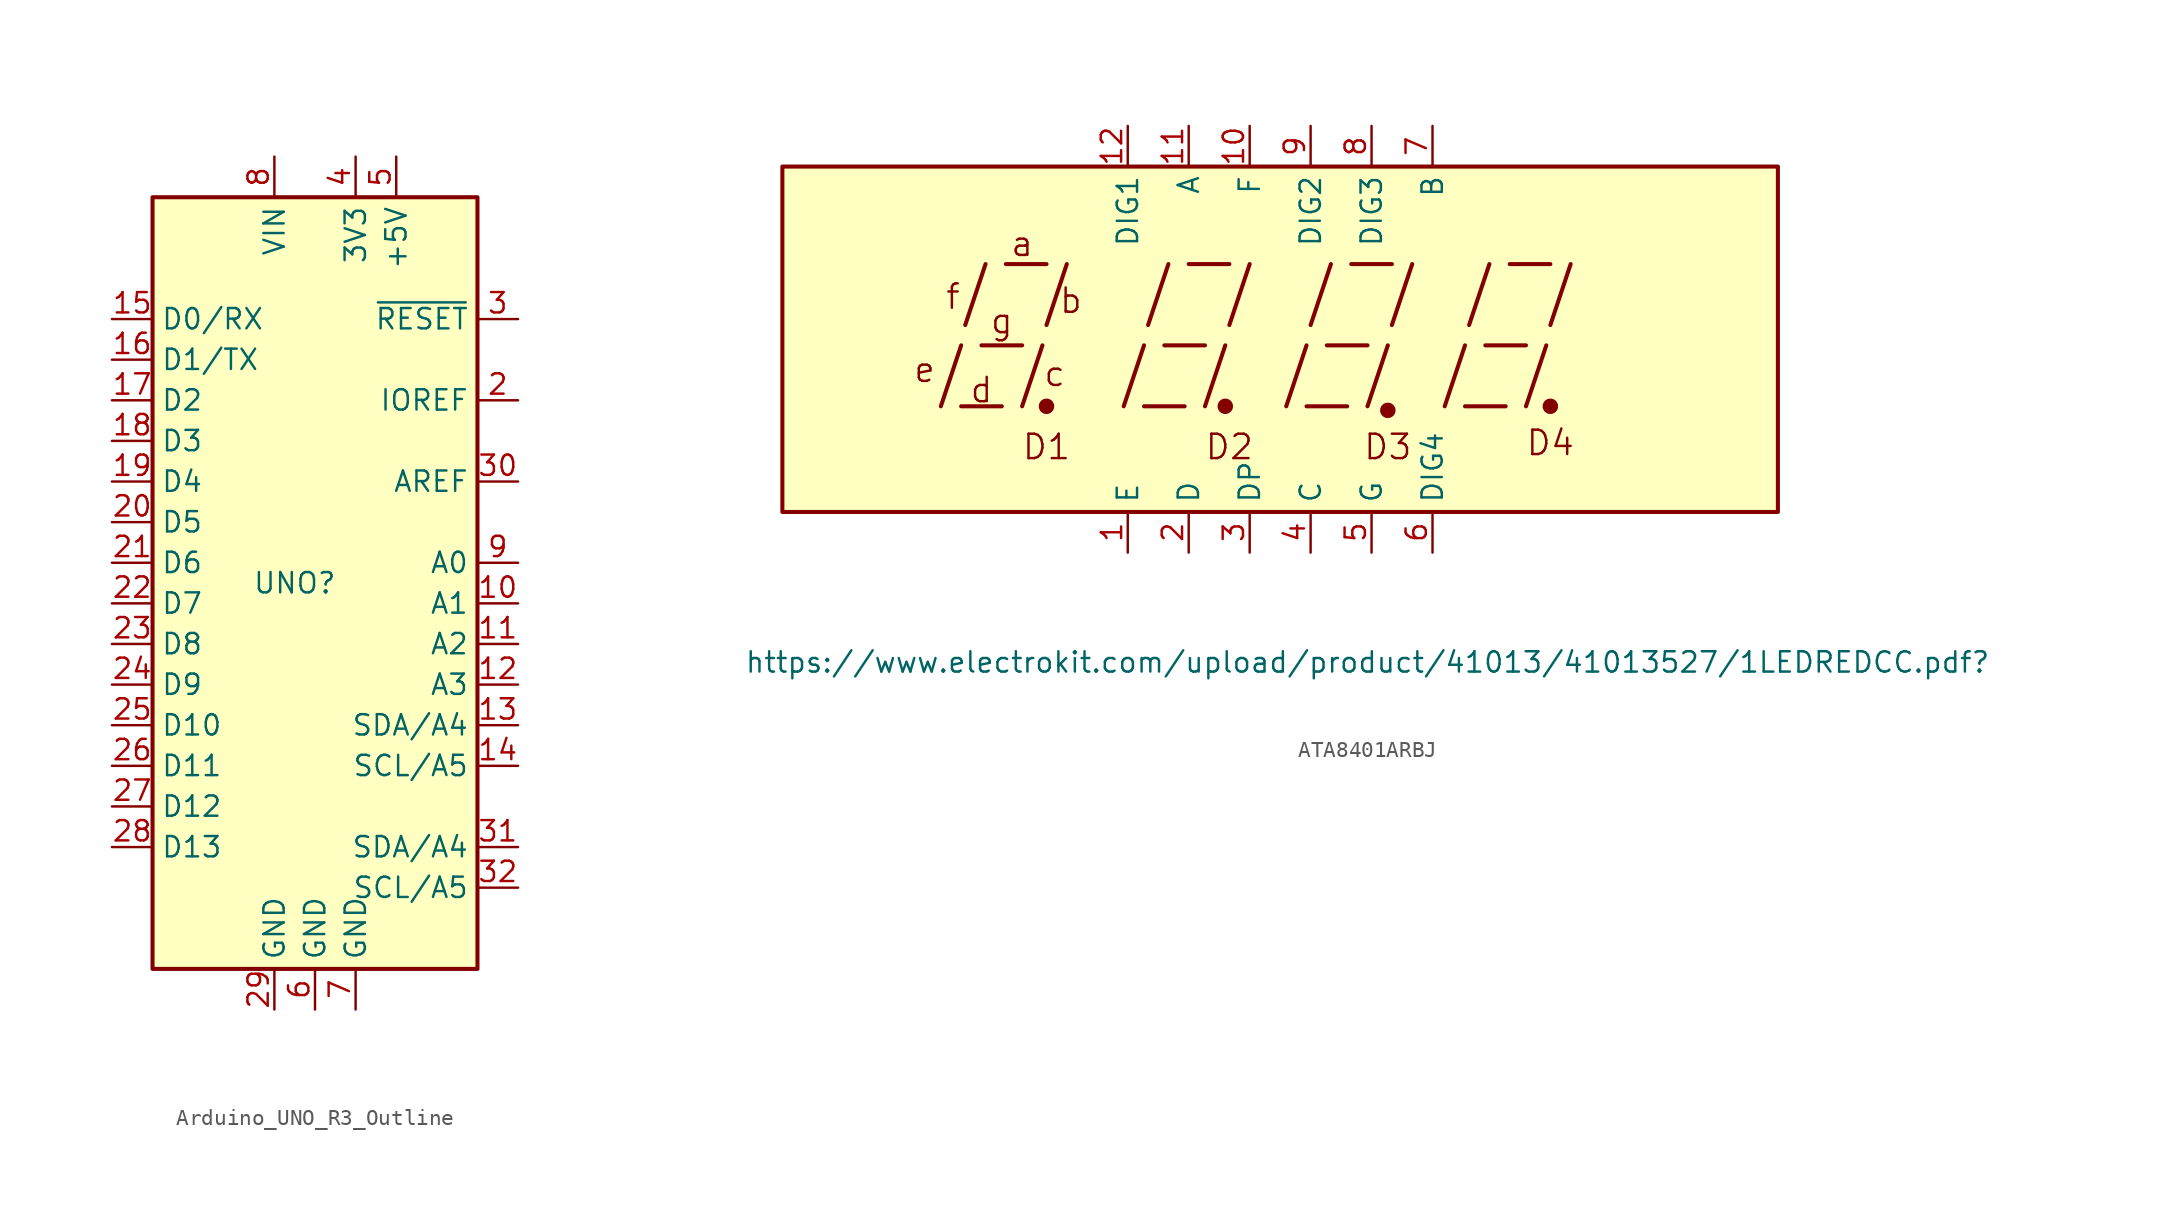
<source format=kicad_sym>
(kicad_symbol_lib
  (version 20231120)
  (generator "kicad_symbol_editor")
  (generator_version "8.0")
  (symbol "Arduino_UNO_R3_Outline"
    (property "Reference" "UNO"
      (at 0 0 0)
      (effects (font (size 1.27 1.27))))
    (property "Value" ""
      (at -1.27 -1.27 0)
      (effects (font (size 1.27 1.27))))
    (symbol "Arduino_UNO_R3_Outline_0_1"
      (rectangle (start -8.89 24.13) (end 11.43 -24.13) (stroke (width 0.254) (type default)) (fill (type background))))
    (symbol "Arduino_UNO_R3_Outline_1_1"
      (pin no_connect line (at -8.89 -19.05 0) (length 2.54) hide (name "NC" (effects (font (size 1.27 1.27)))) (number "1" (effects (font (size 1.27 1.27)))))
      (pin bidirectional line (at 13.97 -1.27 180) (length 2.54) (name "A1" (effects (font (size 1.27 1.27)))) (number "10" (effects (font (size 1.27 1.27)))))
      (pin bidirectional line (at 13.97 -3.81 180) (length 2.54) (name "A2" (effects (font (size 1.27 1.27)))) (number "11" (effects (font (size 1.27 1.27)))))
      (pin bidirectional line (at 13.97 -6.35 180) (length 2.54) (name "A3" (effects (font (size 1.27 1.27)))) (number "12" (effects (font (size 1.27 1.27)))))
      (pin bidirectional line (at 13.97 -8.89 180) (length 2.54) (name "SDA/A4" (effects (font (size 1.27 1.27)))) (number "13" (effects (font (size 1.27 1.27)))))
      (pin bidirectional line (at 13.97 -11.43 180) (length 2.54) (name "SCL/A5" (effects (font (size 1.27 1.27)))) (number "14" (effects (font (size 1.27 1.27)))))
      (pin bidirectional line (at -11.43 16.51 0) (length 2.54) (name "D0/RX" (effects (font (size 1.27 1.27)))) (number "15" (effects (font (size 1.27 1.27)))))
      (pin bidirectional line (at -11.43 13.97 0) (length 2.54) (name "D1/TX" (effects (font (size 1.27 1.27)))) (number "16" (effects (font (size 1.27 1.27)))))
      (pin bidirectional line (at -11.43 11.43 0) (length 2.54) (name "D2" (effects (font (size 1.27 1.27)))) (number "17" (effects (font (size 1.27 1.27)))))
      (pin bidirectional line (at -11.43 8.89 0) (length 2.54) (name "D3" (effects (font (size 1.27 1.27)))) (number "18" (effects (font (size 1.27 1.27)))))
      (pin bidirectional line (at -11.43 6.35 0) (length 2.54) (name "D4" (effects (font (size 1.27 1.27)))) (number "19" (effects (font (size 1.27 1.27)))))
      (pin output line (at 13.97 11.43 180) (length 2.54) (name "IOREF" (effects (font (size 1.27 1.27)))) (number "2" (effects (font (size 1.27 1.27)))))
      (pin bidirectional line (at -11.43 3.81 0) (length 2.54) (name "D5" (effects (font (size 1.27 1.27)))) (number "20" (effects (font (size 1.27 1.27)))))
      (pin bidirectional line (at -11.43 1.27 0) (length 2.54) (name "D6" (effects (font (size 1.27 1.27)))) (number "21" (effects (font (size 1.27 1.27)))))
      (pin bidirectional line (at -11.43 -1.27 0) (length 2.54) (name "D7" (effects (font (size 1.27 1.27)))) (number "22" (effects (font (size 1.27 1.27)))))
      (pin bidirectional line (at -11.43 -3.81 0) (length 2.54) (name "D8" (effects (font (size 1.27 1.27)))) (number "23" (effects (font (size 1.27 1.27)))))
      (pin bidirectional line (at -11.43 -6.35 0) (length 2.54) (name "D9" (effects (font (size 1.27 1.27)))) (number "24" (effects (font (size 1.27 1.27)))))
      (pin bidirectional line (at -11.43 -8.89 0) (length 2.54) (name "D10" (effects (font (size 1.27 1.27)))) (number "25" (effects (font (size 1.27 1.27)))))
      (pin bidirectional line (at -11.43 -11.43 0) (length 2.54) (name "D11" (effects (font (size 1.27 1.27)))) (number "26" (effects (font (size 1.27 1.27)))))
      (pin bidirectional line (at -11.43 -13.97 0) (length 2.54) (name "D12" (effects (font (size 1.27 1.27)))) (number "27" (effects (font (size 1.27 1.27)))))
      (pin bidirectional line (at -11.43 -16.51 0) (length 2.54) (name "D13" (effects (font (size 1.27 1.27)))) (number "28" (effects (font (size 1.27 1.27)))))
      (pin power_in line (at -1.27 -26.67 90) (length 2.54) (name "GND" (effects (font (size 1.27 1.27)))) (number "29" (effects (font (size 1.27 1.27)))))
      (pin input line (at 13.97 16.51 180) (length 2.54) (name "~{RESET}" (effects (font (size 1.27 1.27)))) (number "3" (effects (font (size 1.27 1.27)))))
      (pin input line (at 13.97 6.35 180) (length 2.54) (name "AREF" (effects (font (size 1.27 1.27)))) (number "30" (effects (font (size 1.27 1.27)))))
      (pin bidirectional line (at 13.97 -16.51 180) (length 2.54) (name "SDA/A4" (effects (font (size 1.27 1.27)))) (number "31" (effects (font (size 1.27 1.27)))))
      (pin bidirectional line (at 13.97 -19.05 180) (length 2.54) (name "SCL/A5" (effects (font (size 1.27 1.27)))) (number "32" (effects (font (size 1.27 1.27)))))
      (pin power_out line (at 3.81 26.67 270) (length 2.54) (name "3V3" (effects (font (size 1.27 1.27)))) (number "4" (effects (font (size 1.27 1.27)))))
      (pin power_out line (at 6.35 26.67 270) (length 2.54) (name "+5V" (effects (font (size 1.27 1.27)))) (number "5" (effects (font (size 1.27 1.27)))))
      (pin power_in line (at 1.27 -26.67 90) (length 2.54) (name "GND" (effects (font (size 1.27 1.27)))) (number "6" (effects (font (size 1.27 1.27)))))
      (pin power_in line (at 3.81 -26.67 90) (length 2.54) (name "GND" (effects (font (size 1.27 1.27)))) (number "7" (effects (font (size 1.27 1.27)))))
      (pin power_in line (at -1.27 26.67 270) (length 2.54) (name "VIN" (effects (font (size 1.27 1.27)))) (number "8" (effects (font (size 1.27 1.27)))))
      (pin bidirectional line (at 13.97 1.27 180) (length 2.54) (name "A0" (effects (font (size 1.27 1.27)))) (number "9" (effects (font (size 1.27 1.27)))))))
  (symbol "ATA8401ARBJ"
    (property "Reference" "https://www.electrokit.com/upload/product/41013/41013527/1LEDREDCC.pdf"
      (at 36.576 -9.398 0)
      (effects (font (size 1.27 1.27))))
    (property "Value" ""
      (at 0 0 0)
      (effects (font (size 1.27 1.27))))
    (symbol "ATA8401ARBJ_0_0"
      (polyline (pts (xy 9.906 6.604) (xy 11.176 10.414)) (stroke (width 0.254) (type default)) (fill (type none)))
      (polyline (pts (xy 11.176 6.604) (xy 13.716 6.604)) (stroke (width 0.254) (type default)) (fill (type none)))
      (polyline (pts (xy 11.43 11.684) (xy 12.7 15.494)) (stroke (width 0.254) (type default)) (fill (type none)))
      (polyline (pts (xy 12.446 10.414) (xy 14.986 10.414)) (stroke (width 0.254) (type default)) (fill (type none)))
      (polyline (pts (xy 13.97 15.494) (xy 16.51 15.494)) (stroke (width 0.254) (type default)) (fill (type none)))
      (polyline (pts (xy 14.986 6.604) (xy 16.256 10.414)) (stroke (width 0.254) (type default)) (fill (type none)))
      (polyline (pts (xy 16.51 11.684) (xy 17.78 15.494)) (stroke (width 0.254) (type default)) (fill (type none)))
      (polyline (pts (xy 21.336 6.604) (xy 22.606 10.414)) (stroke (width 0.254) (type default)) (fill (type none)))
      (polyline (pts (xy 22.606 6.604) (xy 25.146 6.604)) (stroke (width 0.254) (type default)) (fill (type none)))
      (polyline (pts (xy 22.86 11.684) (xy 24.13 15.494)) (stroke (width 0.254) (type default)) (fill (type none)))
      (polyline (pts (xy 23.876 10.414) (xy 26.416 10.414)) (stroke (width 0.254) (type default)) (fill (type none)))
      (polyline (pts (xy 25.4 15.494) (xy 27.94 15.494)) (stroke (width 0.254) (type default)) (fill (type none)))
      (polyline (pts (xy 26.416 6.604) (xy 27.686 10.414)) (stroke (width 0.254) (type default)) (fill (type none)))
      (polyline (pts (xy 27.94 11.684) (xy 29.21 15.494)) (stroke (width 0.254) (type default)) (fill (type none)))
      (polyline (pts (xy 31.496 6.604) (xy 32.766 10.414)) (stroke (width 0.254) (type default)) (fill (type none)))
      (polyline (pts (xy 32.766 6.604) (xy 35.306 6.604)) (stroke (width 0.254) (type default)) (fill (type none)))
      (polyline (pts (xy 33.02 11.684) (xy 34.29 15.494)) (stroke (width 0.254) (type default)) (fill (type none)))
      (polyline (pts (xy 34.036 10.414) (xy 36.576 10.414)) (stroke (width 0.254) (type default)) (fill (type none)))
      (polyline (pts (xy 35.56 15.494) (xy 38.1 15.494)) (stroke (width 0.254) (type default)) (fill (type none)))
      (polyline (pts (xy 36.576 6.604) (xy 37.846 10.414)) (stroke (width 0.254) (type default)) (fill (type none)))
      (polyline (pts (xy 38.1 11.684) (xy 39.37 15.494)) (stroke (width 0.254) (type default)) (fill (type none)))
      (polyline (pts (xy 41.402 6.604) (xy 42.672 10.414)) (stroke (width 0.254) (type default)) (fill (type none)))
      (polyline (pts (xy 42.672 6.604) (xy 45.212 6.604)) (stroke (width 0.254) (type default)) (fill (type none)))
      (polyline (pts (xy 42.926 11.684) (xy 44.196 15.494)) (stroke (width 0.254) (type default)) (fill (type none)))
      (polyline (pts (xy 43.942 10.414) (xy 46.482 10.414)) (stroke (width 0.254) (type default)) (fill (type none)))
      (polyline (pts (xy 45.466 15.494) (xy 48.006 15.494)) (stroke (width 0.254) (type default)) (fill (type none)))
      (polyline (pts (xy 46.482 6.604) (xy 47.752 10.414)) (stroke (width 0.254) (type default)) (fill (type none)))
      (polyline (pts (xy 48.006 11.684) (xy 49.276 15.494)) (stroke (width 0.254) (type default)) (fill (type none)))
      (text "a" (at 14.986 16.764 0) (effects (font (size 1.524 1.524))))
      (text "b" (at 18.034 13.208 0) (effects (font (size 1.524 1.524))))
      (text "c" (at 17.018 8.636 0) (effects (font (size 1.524 1.524))))
      (text "d" (at 12.446 7.62 0) (effects (font (size 1.524 1.524))))
      (text "D1" (at 16.51 4.064 0) (effects (font (size 1.524 1.524))))
      (text "D2" (at 27.94 4.064 0) (effects (font (size 1.524 1.524))))
      (text "D3" (at 37.846 4.064 0) (effects (font (size 1.524 1.524))))
      (text "D4" (at 48.006 4.318 0) (effects (font (size 1.524 1.524))))
      (text "e" (at 8.89 8.89 0) (effects (font (size 1.524 1.524))))
      (text "f" (at 10.668 13.462 0) (effects (font (size 1.524 1.524))))
      (text "g" (at 13.716 11.938 0) (effects (font (size 1.524 1.524)))))
    (symbol "ATA8401ARBJ_0_1"
      (circle (center 16.51 6.604) (radius 0.356) (stroke (width 0.254) (type default)) (fill (type outline)))
      (circle (center 27.686 6.604) (radius 0.356) (stroke (width 0.254) (type default)) (fill (type outline))))
    (symbol "ATA8401ARBJ_1_0"
      (circle (center 37.846 6.35) (radius 0.356) (stroke (width 0.254) (type default)) (fill (type outline)))
      (circle (center 48.006 6.604) (radius 0.356) (stroke (width 0.254) (type default)) (fill (type outline))))
    (symbol "ATA8401ARBJ_1_1"
      (rectangle (start 0 21.59) (end 62.23 0) (stroke (width 0.254) (type default)) (fill (type background)))
      (pin input line (at 21.59 -2.54 90) (length 2.54) (name "E" (effects (font (size 1.27 1.27)))) (number "1" (effects (font (size 1.27 1.27)))))
      (pin input line (at 29.21 24.13 270) (length 2.54) (name "F" (effects (font (size 1.27 1.27)))) (number "10" (effects (font (size 1.27 1.27)))))
      (pin input line (at 25.4 24.13 270) (length 2.54) (name "A" (effects (font (size 1.27 1.27)))) (number "11" (effects (font (size 1.27 1.27)))))
      (pin input line (at 21.59 24.13 270) (length 2.54) (name "DIG1" (effects (font (size 1.27 1.27)))) (number "12" (effects (font (size 1.27 1.27)))))
      (pin input line (at 25.4 -2.54 90) (length 2.54) (name "D" (effects (font (size 1.27 1.27)))) (number "2" (effects (font (size 1.27 1.27)))))
      (pin input line (at 29.21 -2.54 90) (length 2.54) (name "DP" (effects (font (size 1.27 1.27)))) (number "3" (effects (font (size 1.27 1.27)))))
      (pin input line (at 33.02 -2.54 90) (length 2.54) (name "C" (effects (font (size 1.27 1.27)))) (number "4" (effects (font (size 1.27 1.27)))))
      (pin input line (at 36.83 -2.54 90) (length 2.54) (name "G" (effects (font (size 1.27 1.27)))) (number "5" (effects (font (size 1.27 1.27)))))
      (pin input line (at 40.64 -2.54 90) (length 2.54) (name "DIG4" (effects (font (size 1.27 1.27)))) (number "6" (effects (font (size 1.27 1.27)))))
      (pin input line (at 40.64 24.13 270) (length 2.54) (name "B" (effects (font (size 1.27 1.27)))) (number "7" (effects (font (size 1.27 1.27)))))
      (pin input line (at 36.83 24.13 270) (length 2.54) (name "DIG3" (effects (font (size 1.27 1.27)))) (number "8" (effects (font (size 1.27 1.27)))))
      (pin input line (at 33.02 24.13 270) (length 2.54) (name "DIG2" (effects (font (size 1.27 1.27)))) (number "9" (effects (font (size 1.27 1.27))))))))
</source>
